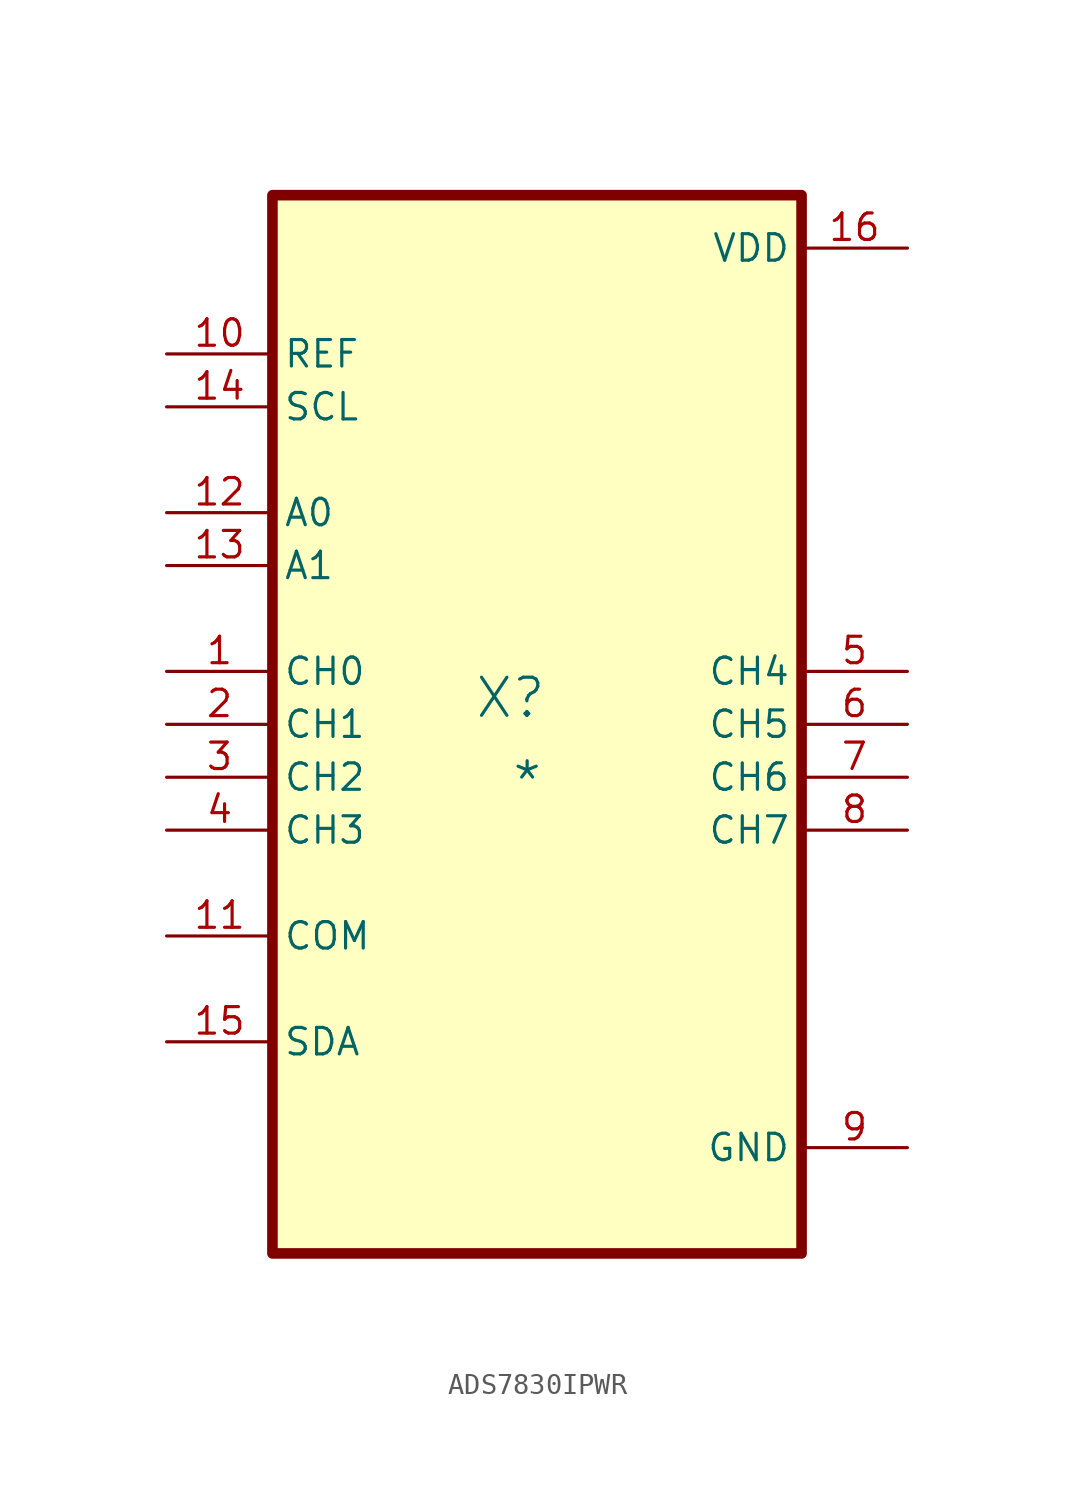
<source format=kicad_sym>
(kicad_symbol_lib
  (version 20241209)
  (generator "kicad_symbol_editor")
  (generator_version "9.0")
  (symbol "ADS7830IPWR"
    (property "Reference" "X"
      (at -1.27 1.27 0)
      (effects (font (size 1.829 1.829))))
    (property "Value" "*"
      (at -1.27 -3.81 0)
      (effects (font (size 1.829 1.829)) (justify left bottom)))
    (symbol "ADS7830IPWR_1_0"
      (rectangle (start 12.7 25.4) (end -12.7 -25.4) (stroke (width 0.508) (type solid) (color 128 0 0 1)) (fill (type background)))
      (pin input line (at -17.78 17.78 0) (length 5.08) (name "REF" (effects (font (size 1.27 1.27)))) (number "10" (effects (font (size 1.27 1.27)))))
      (pin input line (at -17.78 15.24 0) (length 5.08) (name "SCL" (effects (font (size 1.27 1.27)))) (number "14" (effects (font (size 1.27 1.27)))))
      (pin bidirectional line (at -17.78 10.16 0) (length 5.08) (name "A0" (effects (font (size 1.27 1.27)))) (number "12" (effects (font (size 1.27 1.27)))))
      (pin bidirectional line (at -17.78 7.62 0) (length 5.08) (name "A1" (effects (font (size 1.27 1.27)))) (number "13" (effects (font (size 1.27 1.27)))))
      (pin bidirectional line (at -17.78 2.54 0) (length 5.08) (name "CH0" (effects (font (size 1.27 1.27)))) (number "1" (effects (font (size 1.27 1.27)))))
      (pin bidirectional line (at -17.78 0 0) (length 5.08) (name "CH1" (effects (font (size 1.27 1.27)))) (number "2" (effects (font (size 1.27 1.27)))))
      (pin bidirectional line (at -17.78 -2.54 0) (length 5.08) (name "CH2" (effects (font (size 1.27 1.27)))) (number "3" (effects (font (size 1.27 1.27)))))
      (pin bidirectional line (at -17.78 -5.08 0) (length 5.08) (name "CH3" (effects (font (size 1.27 1.27)))) (number "4" (effects (font (size 1.27 1.27)))))
      (pin bidirectional line (at -17.78 -10.16 0) (length 5.08) (name "COM" (effects (font (size 1.27 1.27)))) (number "11" (effects (font (size 1.27 1.27)))))
      (pin bidirectional line (at -17.78 -15.24 0) (length 5.08) (name "SDA" (effects (font (size 1.27 1.27)))) (number "15" (effects (font (size 1.27 1.27)))))
      (pin power_in line (at 17.78 22.86 180) (length 5.08) (name "VDD" (effects (font (size 1.27 1.27)))) (number "16" (effects (font (size 1.27 1.27)))))
      (pin bidirectional line (at 17.78 2.54 180) (length 5.08) (name "CH4" (effects (font (size 1.27 1.27)))) (number "5" (effects (font (size 1.27 1.27)))))
      (pin bidirectional line (at 17.78 0 180) (length 5.08) (name "CH5" (effects (font (size 1.27 1.27)))) (number "6" (effects (font (size 1.27 1.27)))))
      (pin bidirectional line (at 17.78 -2.54 180) (length 5.08) (name "CH6" (effects (font (size 1.27 1.27)))) (number "7" (effects (font (size 1.27 1.27)))))
      (pin bidirectional line (at 17.78 -5.08 180) (length 5.08) (name "CH7" (effects (font (size 1.27 1.27)))) (number "8" (effects (font (size 1.27 1.27)))))
      (pin power_in line (at 17.78 -20.32 180) (length 5.08) (name "GND" (effects (font (size 1.27 1.27)))) (number "9" (effects (font (size 1.27 1.27))))))))
</source>
